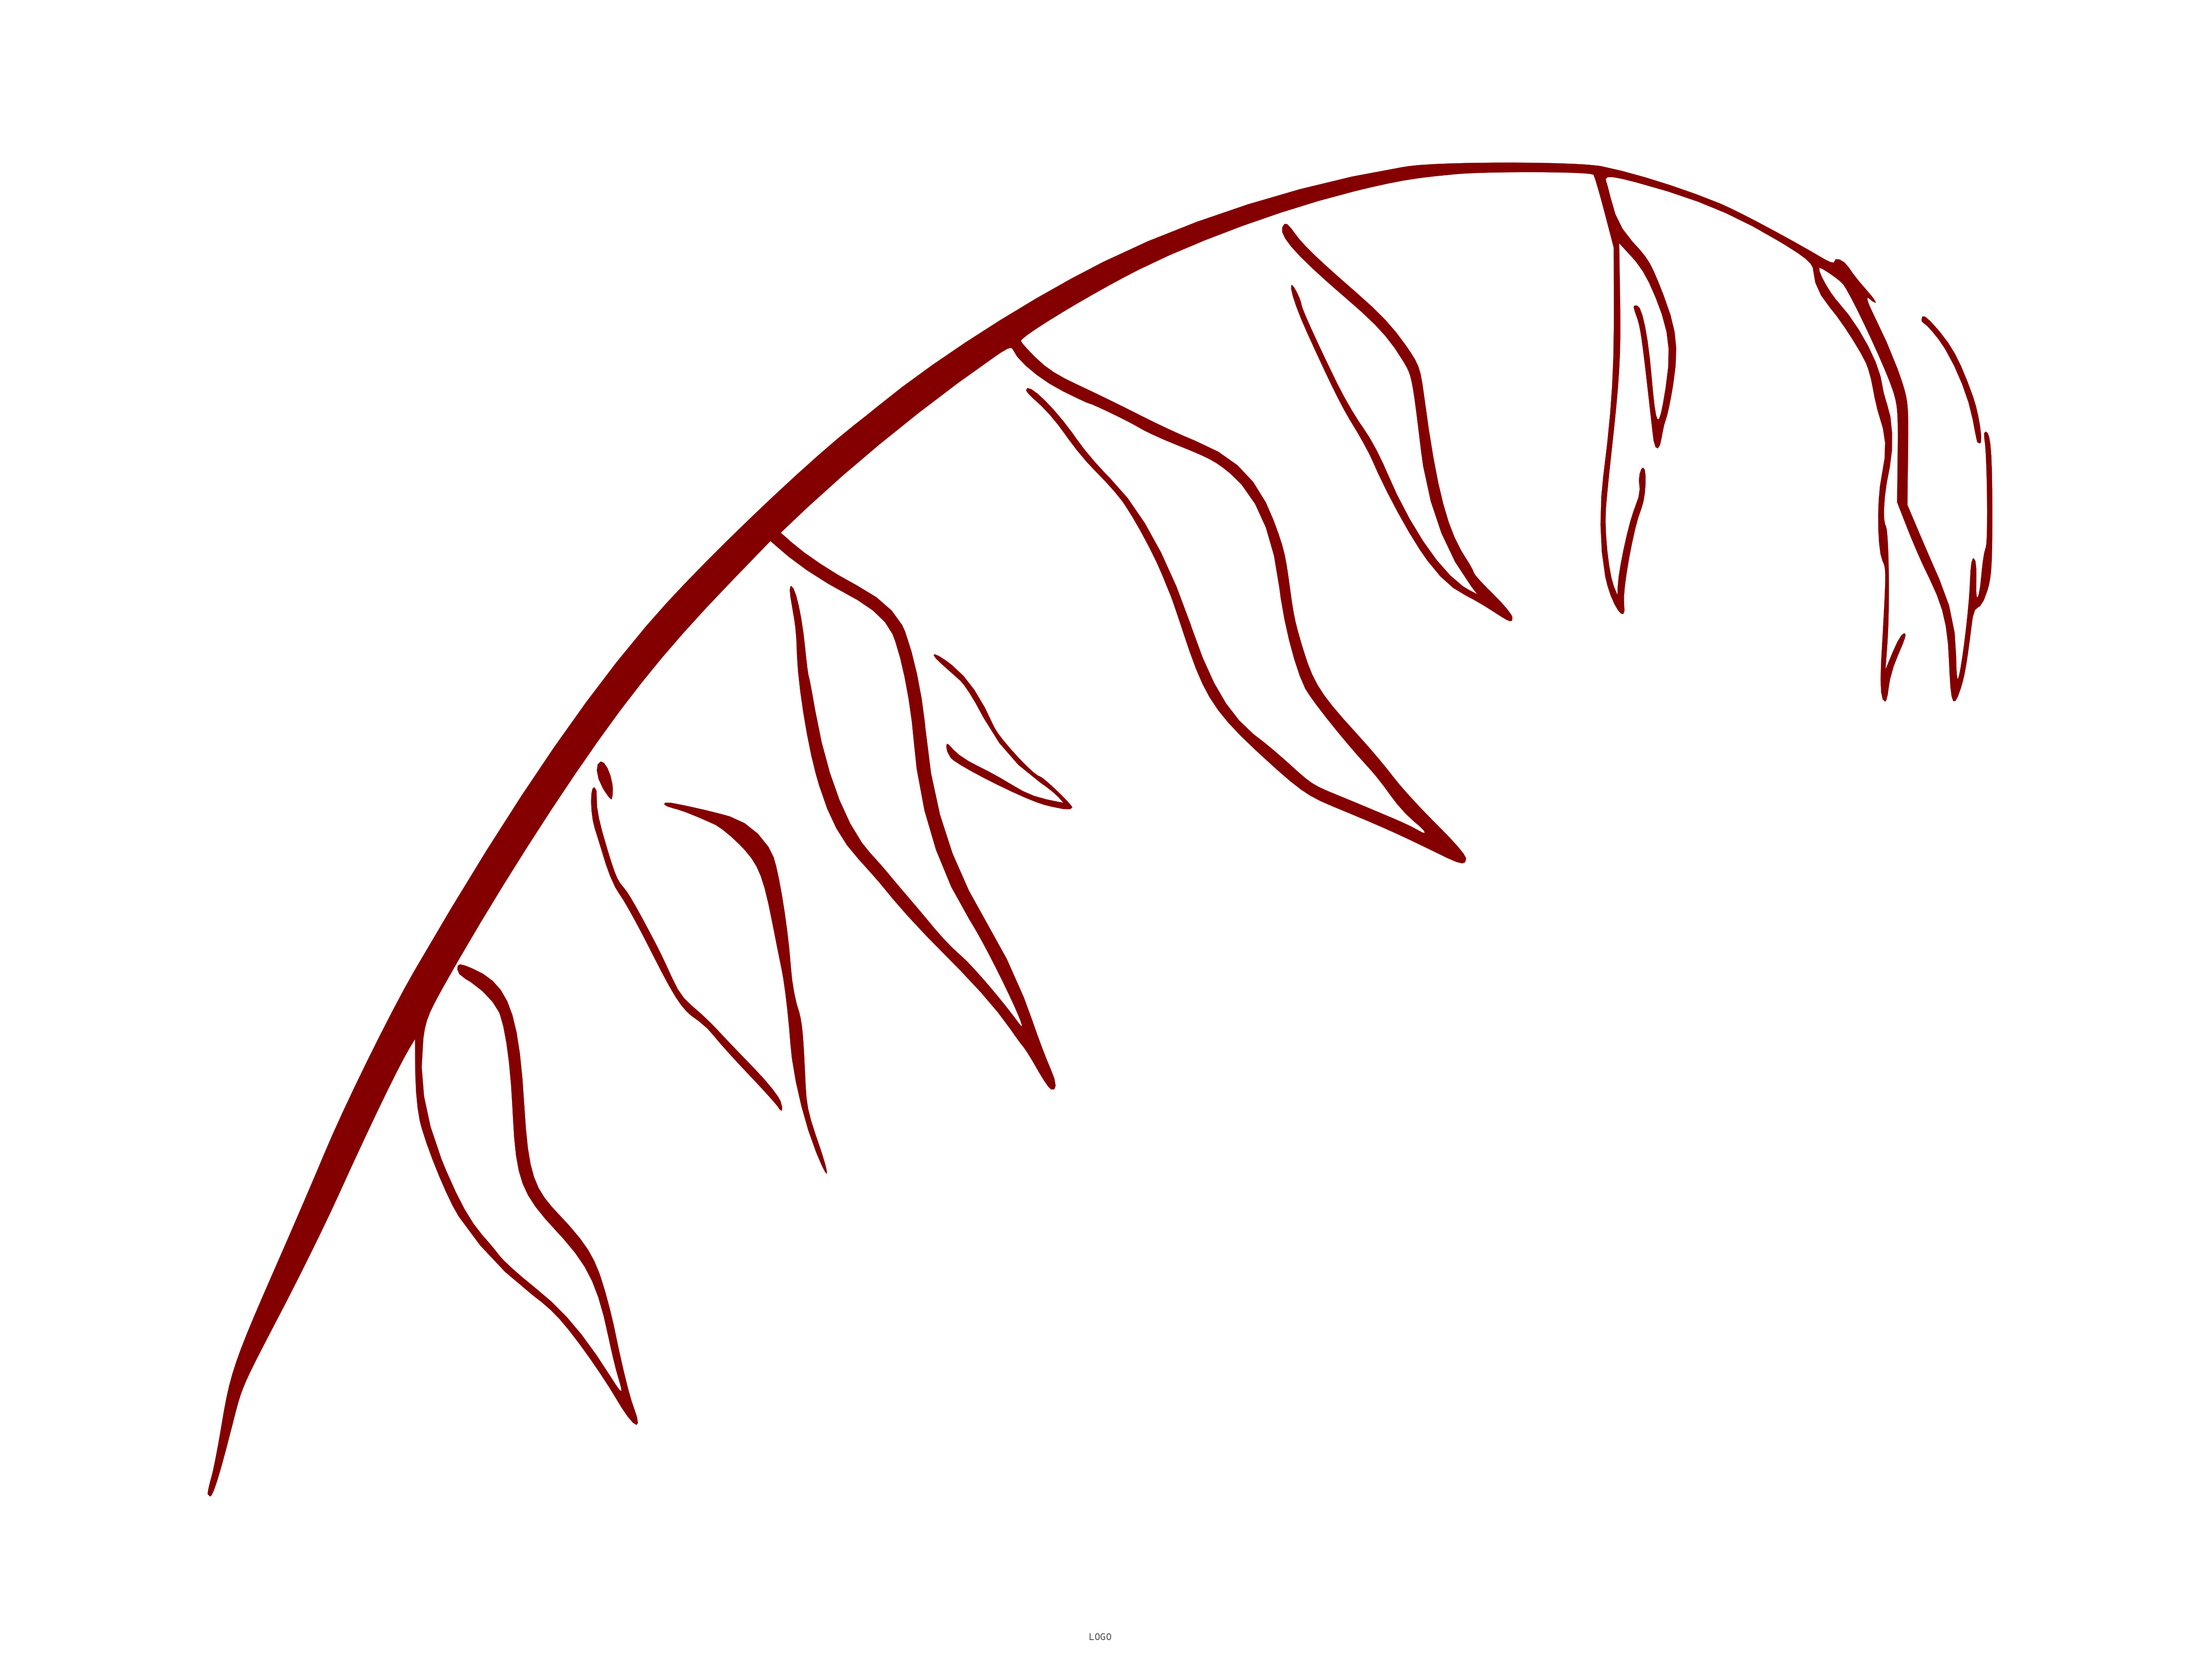
<source format=kicad_sym>
(kicad_symbol_lib
  (version 20220914)
  (generator bitmap2component)
  (symbol "LOGO"
    (pin_names
      (offset 1.016))
    (property "Reference" "#G"
      (at 0 95.321 0)
      (effects (font (size 1.27 1.27)) hide))
    (symbol "LOGO_0_0"
      (polyline (pts (xy -122.234 -90.136) (xy -121.904 -89.427) (xy -121.464 -88.144) (xy -120.906 -86.259) (xy -120.22 -83.742) (xy -119.397 -80.563) (xy -119.152 -79.595) (xy -118.833 -78.353) (xy -118.54 -77.293) (xy -118.234 -76.324) (xy -117.877 -75.356) (xy -117.43 -74.301) (xy -116.853 -73.068) (xy -116.109 -71.567) (xy -115.158 -69.708) (xy -113.961 -67.402) (xy -112.48 -64.558) (xy -111.692 -63.033) (xy -110.225 -60.142) (xy -108.725 -57.129) (xy -107.283 -54.178) (xy -105.99 -51.477) (xy -104.939 -49.212) (xy -103.057 -45.091) (xy -101.234 -41.161) (xy -99.573 -37.645) (xy -98.098 -34.592) (xy -96.83 -32.047) (xy -95.792 -30.059) (xy -95.008 -28.672) (xy -94.343 -27.579) (xy -94.313 -31.869) (xy -94.305 -32.415) (xy -94.201 -34.806) (xy -93.994 -37.001) (xy -93.707 -38.747) (xy -93.414 -39.868) (xy -92.785 -41.825) (xy -91.975 -44.044) (xy -91.058 -46.338) (xy -90.112 -48.517) (xy -89.212 -50.395) (xy -88.433 -51.783) (xy -88.345 -51.921) (xy -85.44 -55.844) (xy -82.004 -59.5) (xy -78.201 -62.714) (xy -77.018 -63.629) (xy -75.741 -64.736) (xy -74.564 -65.94) (xy -73.326 -67.407) (xy -71.869 -69.304) (xy -71.745 -69.471) (xy -70.386 -71.359) (xy -68.992 -73.394) (xy -67.72 -75.342) (xy -66.726 -76.97) (xy -66.059 -78.077) (xy -65.159 -79.392) (xy -64.457 -80.202) (xy -63.989 -80.492) (xy -63.793 -80.243) (xy -63.907 -79.438) (xy -64.369 -78.059) (xy -64.664 -77.192) (xy -65.154 -75.455) (xy -65.723 -73.158) (xy -66.352 -70.382) (xy -67.021 -67.204) (xy -67.136 -66.663) (xy -67.644 -64.539) (xy -68.248 -62.305) (xy -68.841 -60.365) (xy -69.115 -59.578) (xy -69.793 -57.964) (xy -70.632 -56.455) (xy -71.726 -54.91) (xy -73.169 -53.189) (xy -75.056 -51.153) (xy -75.593 -50.572) (xy -76.607 -49.307) (xy -77.41 -47.982) (xy -78.032 -46.489) (xy -78.507 -44.721) (xy -78.867 -42.57) (xy -79.142 -39.928) (xy -79.367 -36.689) (xy -79.621 -33.021) (xy -79.973 -29.551) (xy -80.423 -26.662) (xy -80.995 -24.287) (xy -81.714 -22.362) (xy -82.606 -20.822) (xy -83.694 -19.601) (xy -85.004 -18.634) (xy -86.562 -17.856) (xy -87.497 -17.487) (xy -88.175 -17.328) (xy -88.478 -17.498) (xy -88.547 -18.008) (xy -88.278 -18.663) (xy -87.431 -19.331) (xy -86.706 -19.763) (xy -85.096 -21.014) (xy -83.738 -22.454) (xy -82.841 -23.876) (xy -82.689 -24.257) (xy -82.234 -25.881) (xy -81.823 -28.084) (xy -81.467 -30.771) (xy -81.181 -33.848) (xy -80.978 -37.218) (xy -80.943 -37.957) (xy -80.758 -41.027) (xy -80.5 -43.542) (xy -80.125 -45.628) (xy -79.588 -47.409) (xy -78.843 -49.01) (xy -77.846 -50.554) (xy -76.552 -52.168) (xy -74.915 -53.974) (xy -74.005 -54.967) (xy -72.394 -56.903) (xy -71.109 -58.783) (xy -70.076 -60.761) (xy -69.222 -62.986) (xy -68.474 -65.613) (xy -67.757 -68.792) (xy -67.617 -69.453) (xy -67.228 -71.173) (xy -66.841 -72.749) (xy -66.52 -73.907) (xy -66.368 -74.409) (xy -66.088 -75.427) (xy -66.052 -75.864) (xy -66.286 -75.716) (xy -66.821 -74.973) (xy -67.686 -73.63) (xy -69.429 -70.966) (xy -71.494 -68.122) (xy -73.533 -65.7) (xy -75.66 -63.566) (xy -77.993 -61.584) (xy -78.195 -61.424) (xy -79.688 -60.195) (xy -81.046 -59.005) (xy -82.125 -57.983) (xy -82.783 -57.257) (xy -82.998 -56.973) (xy -83.91 -55.84) (xy -84.767 -54.857) (xy -85.104 -54.481) (xy -86.322 -52.903) (xy -87.514 -50.973) (xy -88.743 -48.58) (xy -90.074 -45.612) (xy -90.715 -44.045) (xy -92.207 -39.62) (xy -93.109 -35.434) (xy -93.436 -31.402) (xy -93.202 -27.436) (xy -93.2 -27.419) (xy -93 -26.154) (xy -92.716 -25.041) (xy -92.276 -23.892) (xy -91.609 -22.519) (xy -90.641 -20.733) (xy -88.317 -16.633) (xy -85.334 -11.56) (xy -82.171 -6.36) (xy -78.908 -1.158) (xy -75.627 3.917) (xy -72.41 8.738) (xy -69.336 13.178) (xy -66.488 17.11) (xy -66.014 17.743) (xy -63.269 21.308) (xy -60.498 24.708) (xy -57.572 28.095) (xy -54.36 31.623) (xy -50.73 35.442) (xy -45.627 40.721) (xy -43.539 38.924) (xy -43.046 38.511) (xy -40.623 36.715) (xy -37.727 34.873) (xy -34.524 33.094) (xy -33.719 32.653) (xy -31.564 31.189) (xy -29.928 29.606) (xy -28.904 27.989) (xy -28.514 26.967) (xy -27.852 24.737) (xy -27.232 22.054) (xy -26.683 19.076) (xy -26.239 15.964) (xy -25.93 12.876) (xy -25.569 9.46) (xy -24.512 3.777) (xy -22.924 -1.644) (xy -20.837 -6.707) (xy -18.28 -11.314) (xy -18.086 -11.623) (xy -17.339 -12.886) (xy -16.504 -14.39) (xy -15.618 -16.059) (xy -14.719 -17.813) (xy -13.844 -19.573) (xy -13.03 -21.259) (xy -12.316 -22.793) (xy -11.739 -24.096) (xy -11.338 -25.089) (xy -11.148 -25.693) (xy -11.209 -25.829) (xy -11.557 -25.418) (xy -12.198 -24.543) (xy -13.427 -22.961) (xy -14.806 -21.27) (xy -16.222 -19.605) (xy -17.558 -18.1) (xy -18.7 -16.889) (xy -19.532 -16.107) (xy -19.658 -16.002) (xy -20.743 -14.993) (xy -21.978 -13.709) (xy -23.121 -12.403) (xy -23.133 -12.388) (xy -24.375 -10.893) (xy -25.772 -9.232) (xy -27.025 -7.761) (xy -27.311 -7.428) (xy -28.27 -6.301) (xy -29.066 -5.354) (xy -29.55 -4.763) (xy -29.592 -4.709) (xy -30.148 -4.056) (xy -30.996 -3.098) (xy -31.971 -2.023) (xy -33.087 -0.637) (xy -34.686 1.994) (xy -36.155 5.208) (xy -37.467 8.933) (xy -38.594 13.098) (xy -39.51 17.632) (xy -39.539 17.802) (xy -39.829 19.457) (xy -40.084 20.835) (xy -40.276 21.797) (xy -40.379 22.202) (xy -40.451 22.554) (xy -40.578 23.478) (xy -40.735 24.82) (xy -40.904 26.434) (xy -41.09 28.052) (xy -41.399 30.109) (xy -41.748 31.898) (xy -42.113 33.311) (xy -42.469 34.239) (xy -42.79 34.572) (xy -42.861 34.543) (xy -42.974 34.054) (xy -42.883 33.073) (xy -42.813 32.658) (xy -42.573 31.227) (xy -42.333 29.81) (xy -42.206 28.868) (xy -42.07 27.272) (xy -42.006 25.703) (xy -41.997 25.27) (xy -41.848 22.95) (xy -41.546 20.195) (xy -41.12 17.204) (xy -40.603 14.178) (xy -40.024 11.317) (xy -39.415 8.819) (xy -38.94 7.171) (xy -37.838 4.003) (xy -36.595 1.333) (xy -35.138 -0.982) (xy -33.396 -3.083) (xy -33.102 -3.399) (xy -31.869 -4.764) (xy -30.682 -6.125) (xy -29.764 -7.232) (xy -28.842 -8.361) (xy -26.742 -10.765) (xy -24.198 -13.484) (xy -21.154 -16.578) (xy -19.615 -18.137) (xy -16.775 -21.174) (xy -14.454 -23.899) (xy -12.686 -26.274) (xy -12.15 -27.05) (xy -11.447 -28.022) (xy -10.952 -28.653) (xy -10.881 -28.741) (xy -10.396 -29.45) (xy -9.727 -30.539) (xy -8.996 -31.809) (xy -8.792 -32.169) (xy -8.097 -33.302) (xy -7.511 -34.127) (xy -7.144 -34.486) (xy -6.715 -34.472) (xy -6.526 -33.963) (xy -6.703 -32.977) (xy -7.242 -31.584) (xy -7.271 -31.521) (xy -7.758 -30.356) (xy -8.383 -28.741) (xy -9.069 -26.881) (xy -9.737 -24.982) (xy -10.891 -21.837) (xy -13.201 -16.63) (xy -15.988 -11.589) (xy -18.421 -7.199) (xy -20.665 -2.099) (xy -22.379 3.212) (xy -23.6 8.853) (xy -24.366 14.943) (xy -24.441 15.733) (xy -24.889 19.093) (xy -25.524 22.467) (xy -26.297 25.617) (xy -27.158 28.303) (xy -27.563 29.2) (xy -28.994 31.184) (xy -31.105 33.024) (xy -33.889 34.711) (xy -34.111 34.827) (xy -36.444 36.139) (xy -38.793 37.619) (xy -40.936 39.118) (xy -42.651 40.491) (xy -44.204 41.863) (xy -41.416 44.512) (xy -40.522 45.356) (xy -35.801 49.62) (xy -30.665 53.983) (xy -25.305 58.292) (xy -19.912 62.391) (xy -14.677 66.127) (xy -14.045 66.552) (xy -13.15 67.081) (xy -12.642 67.228) (xy -12.416 67.035) (xy -12.408 67.012) (xy -11.78 65.981) (xy -10.643 64.779) (xy -9.131 63.516) (xy -7.376 62.305) (xy -5.513 61.256) (xy -4.48 60.749) (xy -3.265 60.165) (xy -2.398 59.767) (xy -2.021 59.619) (xy -1.628 59.493) (xy -0.748 59.115) (xy 0.442 58.563) (xy 1.779 57.917) (xy 3.097 57.257) (xy 4.232 56.662) (xy 5.02 56.212) (xy 5.556 55.911) (xy 6.769 55.317) (xy 8.294 54.634) (xy 9.923 53.957) (xy 11.893 53.161) (xy 13.447 52.495) (xy 14.63 51.921) (xy 15.59 51.361) (xy 16.473 50.736) (xy 17.429 49.967) (xy 18.973 48.449) (xy 20.819 45.81) (xy 22.297 42.572) (xy 23.406 38.736) (xy 24.145 34.305) (xy 24.353 32.764) (xy 24.847 29.955) (xy 25.471 27.153) (xy 26.179 24.531) (xy 26.927 22.265) (xy 27.671 20.528) (xy 27.71 20.453) (xy 28.317 19.5) (xy 29.293 18.151) (xy 30.546 16.523) (xy 31.984 14.73) (xy 33.514 12.889) (xy 35.044 11.116) (xy 36.481 9.525) (xy 37.325 8.552) (xy 38.432 7.149) (xy 39.424 5.775) (xy 40.296 4.627) (xy 41.533 3.252) (xy 42.716 2.159) (xy 43.286 1.684) (xy 43.933 1.042) (xy 44.099 0.709) (xy 43.772 0.741) (xy 42.938 1.195) (xy 42.257 1.56) (xy 41.143 2.089) (xy 39.864 2.651) (xy 38.632 3.171) (xy 37.388 3.696) (xy 36.513 4.067) (xy 36.206 4.196) (xy 35.177 4.624) (xy 33.806 5.192) (xy 32.303 5.81) (xy 31.828 6.006) (xy 30.453 6.582) (xy 29.43 7.063) (xy 28.585 7.562) (xy 27.741 8.191) (xy 26.724 9.065) (xy 25.357 10.296) (xy 24.774 10.818) (xy 23.449 11.967) (xy 22.231 12.981) (xy 21.324 13.686) (xy 20.611 14.232) (xy 18.637 16.117) (xy 16.844 18.448) (xy 15.193 21.289) (xy 13.645 24.706) (xy 12.16 28.762) (xy 11.97 29.327) (xy 10.034 34.504) (xy 7.936 39.14) (xy 5.698 43.194) (xy 3.342 46.627) (xy 0.889 49.399) (xy 0.299 49.992) (xy -1.145 51.567) (xy -2.529 53.221) (xy -3.619 54.681) (xy -4.29 55.633) (xy -5.529 57.248) (xy -6.774 58.715) (xy -7.954 59.965) (xy -8.997 60.928) (xy -9.831 61.535) (xy -10.383 61.716) (xy -10.583 61.403) (xy -10.353 61.042) (xy -9.714 60.372) (xy -8.81 59.551) (xy -8.494 59.265) (xy -7.391 58.106) (xy -6.199 56.672) (xy -5.125 55.21) (xy -4.875 54.848) (xy -3.65 53.225) (xy -2.289 51.598) (xy -1.043 50.271) (xy -0.91 50.14) (xy 0.335 48.851) (xy 1.551 47.491) (xy 2.493 46.334) (xy 2.973 45.652) (xy 4.023 43.984) (xy 5.174 41.978) (xy 6.314 39.84) (xy 7.332 37.773) (xy 8.118 35.983) (xy 8.458 35.136) (xy 8.901 34.049) (xy 9.198 33.337) (xy 9.257 33.191) (xy 9.543 32.397) (xy 9.98 31.125) (xy 10.522 29.518) (xy 11.119 27.715) (xy 11.808 25.663) (xy 12.709 23.208) (xy 13.613 21.111) (xy 14.599 19.259) (xy 15.745 17.536) (xy 17.128 15.829) (xy 18.829 14.024) (xy 20.924 12.006) (xy 23.492 9.662) (xy 23.938 9.262) (xy 25.651 7.779) (xy 27.075 6.664) (xy 28.378 5.804) (xy 29.726 5.088) (xy 31.284 4.402) (xy 33.996 3.28) (xy 36.283 2.319) (xy 38.265 1.462) (xy 40.12 0.629) (xy 42.025 -0.258) (xy 44.156 -1.28) (xy 46.691 -2.516) (xy 47.162 -2.744) (xy 48.431 -3.291) (xy 49.222 -3.48) (xy 49.627 -3.318) (xy 49.742 -2.815) (xy 49.732 -2.747) (xy 49.38 -2.125) (xy 48.552 -1.102) (xy 47.295 0.268) (xy 45.655 1.932) (xy 45.025 2.561) (xy 43.445 4.195) (xy 41.942 5.82) (xy 40.661 7.277) (xy 39.746 8.408) (xy 38.989 9.383) (xy 37.73 10.913) (xy 36.318 12.561) (xy 34.939 14.105) (xy 34.854 14.197) (xy 32.925 16.336) (xy 31.418 18.108) (xy 30.253 19.636) (xy 29.353 21.042) (xy 28.639 22.448) (xy 28.032 23.978) (xy 27.452 25.753) (xy 27.203 26.574) (xy 26.723 28.228) (xy 26.37 29.612) (xy 26.093 30.968) (xy 25.841 32.541) (xy 25.561 34.572) (xy 25.413 35.662) (xy 25.138 37.479) (xy 24.853 38.944) (xy 24.499 40.291) (xy 24.02 41.754) (xy 23.357 43.568) (xy 22.285 46.036) (xy 20.559 48.822) (xy 18.416 51.106) (xy 15.778 52.971) (xy 12.563 54.499) (xy 12.461 54.539) (xy 10.932 55.186) (xy 9.031 56.048) (xy 6.99 57.017) (xy 5.042 57.985) (xy 3.034 58.997) (xy 0.75 60.124) (xy -1.473 61.2) (xy -3.351 62.086) (xy -5.249 63.009) (xy -6.806 63.898) (xy -8.077 64.814) (xy -9.26 65.885) (xy -9.54 66.163) (xy -10.431 67.091) (xy -11.054 67.802) (xy -11.289 68.161) (xy -11.098 68.422) (xy -10.368 69.01) (xy -9.171 69.838) (xy -7.594 70.855) (xy -5.723 72.009) (xy -3.644 73.247) (xy -1.443 74.519) (xy 0.793 75.77) (xy 2.979 76.951) (xy 5.028 78.008) (xy 9.159 79.954) (xy 13.967 81.982) (xy 19.092 83.941) (xy 24.337 85.757) (xy 29.503 87.359) (xy 34.396 88.677) (xy 36.507 89.186) (xy 38.961 89.736) (xy 41.139 90.156) (xy 43.272 90.487) (xy 45.592 90.766) (xy 48.331 91.033) (xy 49.382 91.111) (xy 51.152 91.195) (xy 53.224 91.255) (xy 55.483 91.294) (xy 57.82 91.31) (xy 60.122 91.304) (xy 62.278 91.277) (xy 64.175 91.229) (xy 65.703 91.16) (xy 66.748 91.071) (xy 67.2 90.963) (xy 67.243 90.885) (xy 67.465 90.258) (xy 67.808 89.124) (xy 68.234 87.611) (xy 68.707 85.847) (xy 69.984 80.963) (xy 70.005 72.319) (xy 70.001 69.981) (xy 69.931 65.862) (xy 69.767 62.008) (xy 69.493 58.183) (xy 69.095 54.146) (xy 68.556 49.66) (xy 68.287 46.867) (xy 68.176 42.971) (xy 68.356 39.212) (xy 68.823 35.846) (xy 69.129 34.575) (xy 69.573 33.236) (xy 70.064 32.106) (xy 70.55 31.259) (xy 70.978 30.771) (xy 71.297 30.714) (xy 71.455 31.163) (xy 71.399 32.191) (xy 71.384 33.035) (xy 71.508 34.494) (xy 71.754 36.321) (xy 72.091 38.346) (xy 72.489 40.402) (xy 72.917 42.321) (xy 73.345 43.934) (xy 73.742 45.074) (xy 73.757 45.108) (xy 74.041 46.061) (xy 74.24 47.264) (xy 74.347 48.528) (xy 74.35 49.664) (xy 74.243 50.485) (xy 74.015 50.8) (xy 73.774 50.612) (xy 73.538 49.944) (xy 73.435 49.044) (xy 73.516 48.179) (xy 73.552 47.881) (xy 73.384 46.759) (xy 72.862 45.268) (xy 72.712 44.883) (xy 72.26 43.436) (xy 71.782 41.584) (xy 71.324 39.539) (xy 70.931 37.516) (xy 70.65 35.73) (xy 70.527 34.396) (xy 70.498 33.337) (xy 70.044 34.396) (xy 70.012 34.473) (xy 69.668 35.679) (xy 69.359 37.374) (xy 69.107 39.361) (xy 68.933 41.441) (xy 68.858 43.418) (xy 68.903 45.092) (xy 69.015 46.402) (xy 69.192 48.27) (xy 69.403 50.35) (xy 69.622 52.388) (xy 69.637 52.52) (xy 70.029 56.134) (xy 70.337 59.193) (xy 70.569 61.835) (xy 70.731 64.2) (xy 70.834 66.428) (xy 70.884 68.657) (xy 70.889 71.027) (xy 70.859 73.676) (xy 70.732 81.559) (xy 72.496 79.638) (xy 73.061 78.987) (xy 73.995 77.68) (xy 74.851 76.103) (xy 75.748 74.048) (xy 76.57 71.844) (xy 77.221 69.438) (xy 77.508 67.118) (xy 77.46 64.638) (xy 77.102 61.757) (xy 77.079 61.613) (xy 76.743 59.623) (xy 76.459 58.251) (xy 76.215 57.508) (xy 75.997 57.407) (xy 75.793 57.961) (xy 75.591 59.182) (xy 75.376 61.083) (xy 75.138 63.676) (xy 74.937 65.725) (xy 74.625 68.159) (xy 74.278 70.179) (xy 73.911 71.712) (xy 73.539 72.685) (xy 73.177 73.025) (xy 73.177 73.025) (xy 72.83 73.006) (xy 72.714 72.835) (xy 72.828 72.34) (xy 73.17 71.349) (xy 73.304 70.939) (xy 73.463 70.333) (xy 73.619 69.554) (xy 73.787 68.512) (xy 73.977 67.122) (xy 74.204 65.293) (xy 74.48 62.94) (xy 74.817 59.972) (xy 74.889 59.329) (xy 75.083 57.617) (xy 75.261 56.06) (xy 75.391 54.931) (xy 75.453 54.49) (xy 75.711 53.613) (xy 76.024 53.42) (xy 76.336 53.905) (xy 76.586 55.062) (xy 76.635 55.391) (xy 76.885 56.595) (xy 77.172 57.533) (xy 77.318 58.002) (xy 77.576 59.113) (xy 77.865 60.592) (xy 78.146 62.249) (xy 78.463 64.719) (xy 78.553 67.153) (xy 78.327 69.416) (xy 77.758 71.76) (xy 76.818 74.436) (xy 76.104 76.25) (xy 75.482 77.708) (xy 74.92 78.817) (xy 74.325 79.738) (xy 73.603 80.634) (xy 72.661 81.668) (xy 72.553 81.784) (xy 71.192 83.549) (xy 70.217 85.531) (xy 69.509 87.966) (xy 69.426 88.326) (xy 69.159 89.371) (xy 68.942 90.075) (xy 68.892 90.392) (xy 69.16 90.619) (xy 69.876 90.621) (xy 71.113 90.396) (xy 72.943 89.942) (xy 77.372 88.678) (xy 81.527 87.266) (xy 85.352 85.693) (xy 89.039 83.879) (xy 92.781 81.745) (xy 93.643 81.218) (xy 95.213 80.213) (xy 96.284 79.43) (xy 96.943 78.79) (xy 97.275 78.218) (xy 97.367 77.636) (xy 97.63 76.129) (xy 98.41 74.406) (xy 99.609 72.753) (xy 100.538 71.587) (xy 101.653 70.008) (xy 102.793 68.256) (xy 103.809 66.562) (xy 104.552 65.154) (xy 104.861 64.339) (xy 105.249 62.949) (xy 105.542 61.493) (xy 105.742 60.405) (xy 106.142 58.694) (xy 106.574 57.226) (xy 106.895 56.146) (xy 107.189 54.204) (xy 107.123 52.082) (xy 106.699 49.565) (xy 106.477 48.203) (xy 106.312 46.332) (xy 106.24 44.295) (xy 106.259 42.267) (xy 106.366 40.419) (xy 106.56 38.926) (xy 106.839 37.961) (xy 106.84 37.96) (xy 106.98 37.656) (xy 107.088 37.325) (xy 107.163 36.891) (xy 107.203 36.279) (xy 107.209 35.414) (xy 107.177 34.22) (xy 107.109 32.623) (xy 107.002 30.547) (xy 106.857 27.917) (xy 106.671 24.658) (xy 106.635 23.984) (xy 106.573 21.655) (xy 106.646 20.004) (xy 106.855 19.022) (xy 107.202 18.697) (xy 107.351 18.9) (xy 107.543 19.637) (xy 107.694 20.726) (xy 107.865 21.761) (xy 108.343 23.486) (xy 108.996 25.168) (xy 109.086 25.365) (xy 109.585 26.54) (xy 109.91 27.442) (xy 109.997 27.891) (xy 109.816 28.092) (xy 109.417 27.804) (xy 108.866 26.895) (xy 108.188 25.4) (xy 107.242 23.107) (xy 107.508 26.811) (xy 107.534 27.197) (xy 107.623 29.055) (xy 107.68 31.162) (xy 107.704 33.395) (xy 107.698 35.639) (xy 107.664 37.772) (xy 107.603 39.676) (xy 107.517 41.232) (xy 107.408 42.321) (xy 107.277 42.823) (xy 107.188 42.987) (xy 107.045 43.844) (xy 107.039 45.175) (xy 107.16 46.824) (xy 107.4 48.632) (xy 107.748 50.443) (xy 107.827 50.816) (xy 108.121 53.127) (xy 108.145 55.533) (xy 107.909 57.781) (xy 107.422 59.619) (xy 107.327 59.881) (xy 106.974 61.147) (xy 106.726 62.466) (xy 106.55 63.346) (xy 105.892 65.273) (xy 104.884 67.433) (xy 103.62 69.65) (xy 102.195 71.749) (xy 100.705 73.554) (xy 100.455 73.841) (xy 99.752 74.794) (xy 99.075 75.881) (xy 98.522 76.925) (xy 98.189 77.751) (xy 98.172 78.181) (xy 98.204 78.192) (xy 98.634 78.014) (xy 99.372 77.561) (xy 100.219 76.972) (xy 100.974 76.382) (xy 101.438 75.931) (xy 101.819 75.341) (xy 102.506 74.1) (xy 103.352 72.445) (xy 104.294 70.511) (xy 105.27 68.435) (xy 106.216 66.349) (xy 107.068 64.388) (xy 107.765 62.688) (xy 108.243 61.383) (xy 108.378 60.961) (xy 108.612 60.095) (xy 108.774 59.195) (xy 108.875 58.126) (xy 108.925 56.754) (xy 108.934 54.944) (xy 108.913 52.564) (xy 108.832 46.038) (xy 110.281 42.333) (xy 110.703 41.28) (xy 111.502 39.379) (xy 112.3 37.579) (xy 112.975 36.16) (xy 113.21 35.687) (xy 114.255 33.385) (xy 115.002 31.255) (xy 115.502 29.081) (xy 115.809 26.644) (xy 115.976 23.724) (xy 116.014 22.767) (xy 116.137 20.765) (xy 116.303 19.443) (xy 116.522 18.782) (xy 116.803 18.765) (xy 117.156 19.373) (xy 117.589 20.588) (xy 117.596 20.608) (xy 117.842 21.466) (xy 118.066 22.434) (xy 118.287 23.63) (xy 118.525 25.172) (xy 118.8 27.179) (xy 119.132 29.769) (xy 119.217 30.328) (xy 119.512 31.267) (xy 119.962 31.652) (xy 120.202 31.798) (xy 120.714 32.588) (xy 121.23 33.986) (xy 121.436 34.752) (xy 121.6 35.615) (xy 121.72 36.648) (xy 121.802 37.959) (xy 121.851 39.654) (xy 121.876 41.841) (xy 121.882 44.626) (xy 121.868 47.84) (xy 121.821 50.476) (xy 121.739 52.513) (xy 121.616 54.005) (xy 121.448 55.004) (xy 121.23 55.564) (xy 120.959 55.739) (xy 120.758 55.487) (xy 120.795 54.769) (xy 120.797 54.756) (xy 120.904 53.898) (xy 120.995 52.544) (xy 121.07 50.825) (xy 121.126 48.876) (xy 121.163 46.831) (xy 121.177 44.822) (xy 121.168 42.984) (xy 121.135 41.451) (xy 121.074 40.355) (xy 120.984 39.83) (xy 120.955 39.767) (xy 120.76 39.026) (xy 120.569 37.843) (xy 120.418 36.442) (xy 120.388 36.08) (xy 120.215 34.501) (xy 120.036 33.453) (xy 119.873 32.97) (xy 119.745 33.086) (xy 119.674 33.834) (xy 119.681 35.246) (xy 119.683 35.309) (xy 119.684 36.965) (xy 119.575 37.966) (xy 119.35 38.355) (xy 119.196 38.291) (xy 119.022 37.751) (xy 118.895 36.627) (xy 118.806 34.858) (xy 118.773 34.151) (xy 118.654 32.486) (xy 118.478 30.588) (xy 118.261 28.591) (xy 118.021 26.63) (xy 117.774 24.837) (xy 117.537 23.346) (xy 117.327 22.291) (xy 117.161 21.805) (xy 117.1 21.875) (xy 117.014 22.477) (xy 116.95 23.558) (xy 116.918 24.98) (xy 116.72 28.14) (xy 115.957 31.891) (xy 114.574 35.617) (xy 114.167 36.529) (xy 113.457 38.152) (xy 112.661 39.993) (xy 111.888 41.804) (xy 110.243 45.685) (xy 110.33 52.704) (xy 110.335 53.052) (xy 110.357 55.41) (xy 110.352 57.209) (xy 110.311 58.581) (xy 110.221 59.656) (xy 110.074 60.565) (xy 109.859 61.437) (xy 109.565 62.405) (xy 108.928 64.257) (xy 107.418 67.97) (xy 105.486 72.055) (xy 105.023 73.057) (xy 104.762 73.8) (xy 104.777 74.083) (xy 104.871 74.07) (xy 105.304 73.731) (xy 105.376 73.636) (xy 105.887 73.378) (xy 105.907 73.382) (xy 105.817 73.672) (xy 105.343 74.33) (xy 104.575 75.23) (xy 103.697 76.248) (xy 102.813 77.365) (xy 102.215 78.228) (xy 102.187 78.274) (xy 101.596 78.949) (xy 100.94 79.341) (xy 100.408 79.377) (xy 100.189 78.987) (xy 100.129 78.908) (xy 99.656 78.995) (xy 98.866 79.388) (xy 96.846 80.567) (xy 94.555 81.859) (xy 92.185 83.159) (xy 89.874 84.394) (xy 87.759 85.489) (xy 85.978 86.371) (xy 84.667 86.969) (xy 84.421 87.071) (xy 81.197 88.324) (xy 77.759 89.522) (xy 74.316 90.6) (xy 71.08 91.491) (xy 68.263 92.129) (xy 67.859 92.194) (xy 66.382 92.34) (xy 64.368 92.456) (xy 61.935 92.541) (xy 59.203 92.596) (xy 56.294 92.62) (xy 53.326 92.614) (xy 50.419 92.577) (xy 47.694 92.51) (xy 45.269 92.412) (xy 43.266 92.283) (xy 41.804 92.125) (xy 40.997 92) (xy 34.087 90.701) (xy 26.968 88.98) (xy 19.819 86.894) (xy 12.822 84.499) (xy 6.155 81.852) (xy 0 79.009) (xy -4.403 76.704) (xy -9.222 73.981) (xy -14.093 71.039) (xy -18.875 67.972) (xy -23.423 64.871) (xy -27.595 61.829) (xy -31.248 58.936) (xy -31.53 58.703) (xy -32.607 57.835) (xy -33.705 56.974) (xy -34.197 56.589) (xy -36.498 54.702) (xy -39.157 52.401) (xy -42.079 49.775) (xy -45.172 46.913) (xy -48.343 43.903) (xy -51.497 40.833) (xy -54.542 37.792) (xy -57.384 34.868) (xy -59.929 32.15) (xy -62.702 29.013) (xy -66.725 24.106) (xy -70.908 18.6) (xy -75.259 12.483) (xy -79.787 5.743) (xy -84.501 -1.634) (xy -89.408 -9.659) (xy -94.518 -18.345) (xy -94.527 -18.36) (xy -95.916 -20.85) (xy -97.501 -23.836) (xy -99.207 -27.165) (xy -100.959 -30.683) (xy -102.68 -34.235) (xy -104.296 -37.669) (xy -105.731 -40.832) (xy -106.909 -43.568) (xy -107.005 -43.801) (xy -107.765 -45.607) (xy -108.741 -47.897) (xy -109.872 -50.531) (xy -111.098 -53.37) (xy -112.359 -56.273) (xy -113.595 -59.101) (xy -113.623 -59.164) (xy -115.127 -62.608) (xy -116.371 -65.506) (xy -117.388 -67.952) (xy -118.21 -70.042) (xy -118.869 -71.87) (xy -119.398 -73.532) (xy -119.829 -75.12) (xy -120.194 -76.731) (xy -120.525 -78.46) (xy -120.856 -80.4) (xy -121.01 -81.323) (xy -121.367 -83.345) (xy -121.717 -85.186) (xy -122.026 -86.676) (xy -122.262 -87.641) (xy -122.435 -88.266) (xy -122.673 -89.255) (xy -122.767 -89.846) (xy -122.739 -90.03) (xy -122.429 -90.311) (xy -122.234 -90.136)) (stroke (width 0.01) (type default)) (fill (type outline)))
      (polyline (pts (xy -37.88 -45.73) (xy -38.088 -44.823) (xy -38.52 -43.374) (xy -39.181 -41.409) (xy -39.446 -40.641) (xy -40.053 -38.736) (xy -40.444 -37.16) (xy -40.674 -35.675) (xy -40.792 -34.043) (xy -40.87 -32.363) (xy -40.99 -29.951) (xy -41.102 -28.079) (xy -41.216 -26.64) (xy -41.344 -25.528) (xy -41.496 -24.639) (xy -41.683 -23.867) (xy -41.916 -23.106) (xy -42.028 -22.735) (xy -42.366 -21.222) (xy -42.651 -19.419) (xy -42.829 -17.638) (xy -42.849 -17.348) (xy -43.048 -15.099) (xy -43.332 -12.645) (xy -43.679 -10.137) (xy -44.063 -7.727) (xy -44.462 -5.566) (xy -44.85 -3.805) (xy -45.205 -2.595) (xy -45.887 -1.223) (xy -47.335 0.582) (xy -49.165 2.033) (xy -51.189 2.956) (xy -52.417 3.296) (xy -54.664 3.857) (xy -57 4.385) (xy -59.053 4.792) (xy -59.267 4.826) (xy -60.034 4.839) (xy -60.207 4.645) (xy -59.812 4.346) (xy -58.873 4.048) (xy -58.453 3.942) (xy -57.207 3.524) (xy -55.507 2.839) (xy -53.27 1.853) (xy -53.087 1.76) (xy -52.166 1.134) (xy -51.028 0.197) (xy -49.876 -0.886) (xy -49.131 -1.669) (xy -48.247 -2.752) (xy -47.537 -3.896) (xy -46.947 -5.23) (xy -46.424 -6.88) (xy -45.915 -8.975) (xy -45.366 -11.642) (xy -45.311 -11.92) (xy -44.936 -13.822) (xy -44.583 -15.592) (xy -44.29 -17.045) (xy -44.094 -17.992) (xy -43.877 -19.185) (xy -43.598 -21.123) (xy -43.323 -23.422) (xy -43.073 -25.892) (xy -42.872 -28.347) (xy -42.676 -30.237) (xy -42.141 -33.428) (xy -41.374 -36.796) (xy -40.44 -40.074) (xy -39.4 -42.995) (xy -39.222 -43.433) (xy -38.568 -44.947) (xy -38.123 -45.817) (xy -37.893 -46.07) (xy -37.88 -45.73)) (stroke (width 0.01) (type default)) (fill (type outline)))
      (polyline (pts (xy -44.063 -37.377) (xy -44.009 -36.96) (xy -44.218 -36.133) (xy -44.537 -35.524) (xy -45.345 -34.41) (xy -46.525 -33.013) (xy -47.992 -31.438) (xy -48.044 -31.385) (xy -49.455 -29.925) (xy -50.846 -28.475) (xy -52.059 -27.199) (xy -52.936 -26.262) (xy -53.714 -25.456) (xy -55.035 -24.19) (xy -56.257 -23.121) (xy -56.396 -23.006) (xy -57.462 -21.965) (xy -58.322 -20.734) (xy -59.155 -19.064) (xy -59.221 -18.918) (xy -59.915 -17.401) (xy -60.611 -15.935) (xy -61.168 -14.817) (xy -61.924 -13.371) (xy -63.119 -11.124) (xy -64.066 -9.403) (xy -64.804 -8.139) (xy -65.374 -7.262) (xy -65.816 -6.703) (xy -65.903 -6.606) (xy -66.274 -6.12) (xy -66.622 -5.488) (xy -66.989 -4.605) (xy -67.415 -3.363) (xy -67.942 -1.655) (xy -68.61 0.628) (xy -68.676 0.858) (xy -69.119 2.666) (xy -69.386 4.237) (xy -69.438 5.359) (xy -69.432 5.449) (xy -69.47 6.504) (xy -69.762 6.965) (xy -70.005 6.784) (xy -70.16 6.077) (xy -70.208 5.005) (xy -70.149 3.743) (xy -69.984 2.462) (xy -69.716 1.335) (xy -69.621 1.035) (xy -69.24 -0.179) (xy -68.766 -1.717) (xy -68.276 -3.32) (xy -68.19 -3.597) (xy -67.582 -5.279) (xy -66.921 -6.733) (xy -66.309 -7.73) (xy -66.289 -7.756) (xy -65.798 -8.499) (xy -65.069 -9.746) (xy -64.168 -11.374) (xy -63.165 -13.262) (xy -62.126 -15.285) (xy -61.697 -16.134) (xy -60.467 -18.526) (xy -59.459 -20.394) (xy -58.614 -21.824) (xy -57.875 -22.906) (xy -57.182 -23.727) (xy -56.477 -24.374) (xy -55.703 -24.937) (xy -55.429 -25.13) (xy -54.292 -26.11) (xy -53.35 -27.163) (xy -53.09 -27.493) (xy -52.293 -28.425) (xy -51.175 -29.674) (xy -49.847 -31.118) (xy -48.419 -32.635) (xy -47.505 -33.603) (xy -46.291 -34.916) (xy -45.323 -35.997) (xy -44.682 -36.755) (xy -44.45 -37.098) (xy -44.443 -37.157) (xy -44.116 -37.395) (xy -44.063 -37.377)) (stroke (width 0.01) (type default)) (fill (type outline)))
      (polyline (pts (xy -4.233 4.18) (xy -4.38 4.436) (xy -4.931 5.07) (xy -5.752 5.91) (xy -6.691 6.814) (xy -7.6 7.636) (xy -8.327 8.235) (xy -8.722 8.467) (xy -8.927 8.539) (xy -9.59 9.033) (xy -10.512 9.889) (xy -11.577 10.981) (xy -12.667 12.181) (xy -13.666 13.363) (xy -14.456 14.402) (xy -14.92 15.169) (xy -16.243 17.912) (xy -17.663 20.31) (xy -19.139 22.21) (xy -20.741 23.718) (xy -21.6 24.365) (xy -22.532 24.961) (xy -23.105 25.199) (xy -23.255 25.078) (xy -22.923 24.596) (xy -22.047 23.752) (xy -21.598 23.356) (xy -20.501 22.381) (xy -19.579 21.552) (xy -19.105 21.003) (xy -18.348 19.901) (xy -17.489 18.478) (xy -16.638 16.91) (xy -16.476 16.597) (xy -14.251 13.028) (xy -11.633 10.023) (xy -8.643 7.605) (xy -7.882 7.07) (xy -6.861 6.269) (xy -6.174 5.629) (xy -5.468 4.831) (xy -6.684 5.066) (xy -7.803 5.301) (xy -9.519 5.787) (xy -11.044 6.449) (xy -12.713 7.416) (xy -14.018 8.194) (xy -15.739 9.141) (xy -17.286 9.918) (xy -18.507 10.571) (xy -19.715 11.377) (xy -20.54 12.108) (xy -20.736 12.336) (xy -21.241 12.862) (xy -21.459 12.893) (xy -21.51 12.475) (xy -21.37 11.814) (xy -20.902 10.976) (xy -20.489 10.618) (xy -19.473 9.955) (xy -18.041 9.132) (xy -16.326 8.215) (xy -14.458 7.272) (xy -12.571 6.368) (xy -10.797 5.57) (xy -9.267 4.944) (xy -8.114 4.556) (xy -7.138 4.307) (xy -5.525 3.982) (xy -4.556 3.94) (xy -4.233 4.18)) (stroke (width 0.01) (type default)) (fill (type outline)))
      (polyline (pts (xy -67.37 5.351) (xy -67.254 5.892) (xy -67.236 6.816) (xy -67.29 7.396) (xy -67.557 8.58) (xy -67.97 9.611) (xy -68.445 10.309) (xy -68.901 10.49) (xy -69.3 10.102) (xy -69.418 9.244) (xy -69.189 8.108) (xy -68.625 6.864) (xy -68.266 6.284) (xy -67.753 5.57) (xy -67.44 5.292) (xy -67.37 5.351)) (stroke (width 0.01) (type default)) (fill (type outline)))
      (polyline (pts (xy 56.045 29.851) (xy 56.092 30.267) (xy 55.968 30.577) (xy 55.425 31.333) (xy 54.548 32.34) (xy 53.446 33.468) (xy 52.63 34.276) (xy 51.685 35.267) (xy 51.039 36.011) (xy 50.8 36.391) (xy 50.667 36.754) (xy 50.231 37.554) (xy 49.596 38.569) (xy 49.031 39.492) (xy 48.154 41.255) (xy 47.355 43.338) (xy 46.619 45.803) (xy 45.928 48.716) (xy 45.268 52.141) (xy 44.62 56.142) (xy 43.97 60.784) (xy 43.751 62.33) (xy 43.498 63.678) (xy 43.187 64.703) (xy 42.755 65.61) (xy 42.136 66.605) (xy 41.532 67.497) (xy 40.148 69.355) (xy 38.645 71.083) (xy 36.867 72.853) (xy 34.657 74.84) (xy 32.543 76.688) (xy 30.545 78.476) (xy 28.981 79.933) (xy 27.788 81.121) (xy 26.904 82.098) (xy 26.266 82.926) (xy 25.797 83.573) (xy 25.228 84.175) (xy 24.845 84.223) (xy 24.558 83.762) (xy 24.537 83.698) (xy 24.553 83.055) (xy 24.95 82.204) (xy 25.758 81.111) (xy 27.009 79.741) (xy 28.734 78.059) (xy 30.966 76.03) (xy 33.736 73.619) (xy 35.371 72.185) (xy 37.209 70.44) (xy 38.688 68.83) (xy 39.939 67.206) (xy 41.095 65.421) (xy 41.281 65.112) (xy 41.597 64.557) (xy 41.857 64.008) (xy 42.079 63.376) (xy 42.28 62.574) (xy 42.478 61.514) (xy 42.69 60.106) (xy 42.935 58.263) (xy 43.229 55.896) (xy 43.59 52.917) (xy 43.872 50.93) (xy 44.899 46.183) (xy 46.365 41.796) (xy 48.238 37.854) (xy 50.487 34.444) (xy 51.273 33.434) (xy 50.133 34.023) (xy 49.294 34.534) (xy 47.552 36.025) (xy 45.73 38.097) (xy 43.877 40.681) (xy 42.04 43.705) (xy 40.27 47.099) (xy 38.613 50.793) (xy 38.357 51.385) (xy 37.478 53.183) (xy 36.5 54.931) (xy 35.59 56.322) (xy 35.077 57.062) (xy 34.095 58.636) (xy 33.069 60.431) (xy 32.153 62.186) (xy 31.522 63.478) (xy 30.344 65.927) (xy 29.298 68.152) (xy 28.42 70.073) (xy 27.747 71.608) (xy 27.316 72.676) (xy 27.164 73.194) (xy 27.141 73.369) (xy 26.91 74.057) (xy 26.534 74.875) (xy 26.142 75.56) (xy 25.864 75.847) (xy 25.792 75.815) (xy 25.756 75.331) (xy 25.983 74.341) (xy 26.442 72.943) (xy 27.102 71.237) (xy 27.932 69.321) (xy 29.137 66.685) (xy 30.333 64.108) (xy 31.339 61.998) (xy 32.205 60.257) (xy 32.979 58.787) (xy 33.71 57.49) (xy 34.446 56.268) (xy 34.721 55.819) (xy 35.625 54.251) (xy 36.438 52.722) (xy 37.012 51.505) (xy 37.639 50.082) (xy 38.936 47.402) (xy 40.421 44.576) (xy 41.953 41.87) (xy 43.391 39.548) (xy 44.446 38.026) (xy 46.217 35.878) (xy 47.977 34.293) (xy 49.812 33.187) (xy 50.767 32.691) (xy 52.117 31.909) (xy 53.446 31.073) (xy 54.469 30.404) (xy 55.343 29.887) (xy 55.831 29.713) (xy 56.045 29.851)) (stroke (width 0.01) (type default)) (fill (type outline)))
      (polyline (pts (xy 120.345 54.369) (xy 120.352 55.187) (xy 120.22 56.384) (xy 119.974 57.787) (xy 119.642 59.218) (xy 119.252 60.501) (xy 118.503 62.531) (xy 117.616 64.683) (xy 116.756 66.421) (xy 115.846 67.899) (xy 114.807 69.27) (xy 114.363 69.8) (xy 113.351 70.921) (xy 112.676 71.491) (xy 112.3 71.537) (xy 112.183 71.085) (xy 112.221 70.842) (xy 112.516 70.555) (xy 112.552 70.547) (xy 112.973 70.2) (xy 113.659 69.448) (xy 114.483 68.43) (xy 115.414 67.054) (xy 116.631 64.794) (xy 117.739 62.257) (xy 118.634 59.682) (xy 119.213 57.312) (xy 119.218 57.283) (xy 119.455 55.994) (xy 119.662 54.957) (xy 119.793 54.394) (xy 119.888 54.21) (xy 120.24 54.116) (xy 120.345 54.369)) (stroke (width 0.01) (type default)) (fill (type outline))))))
</source>
